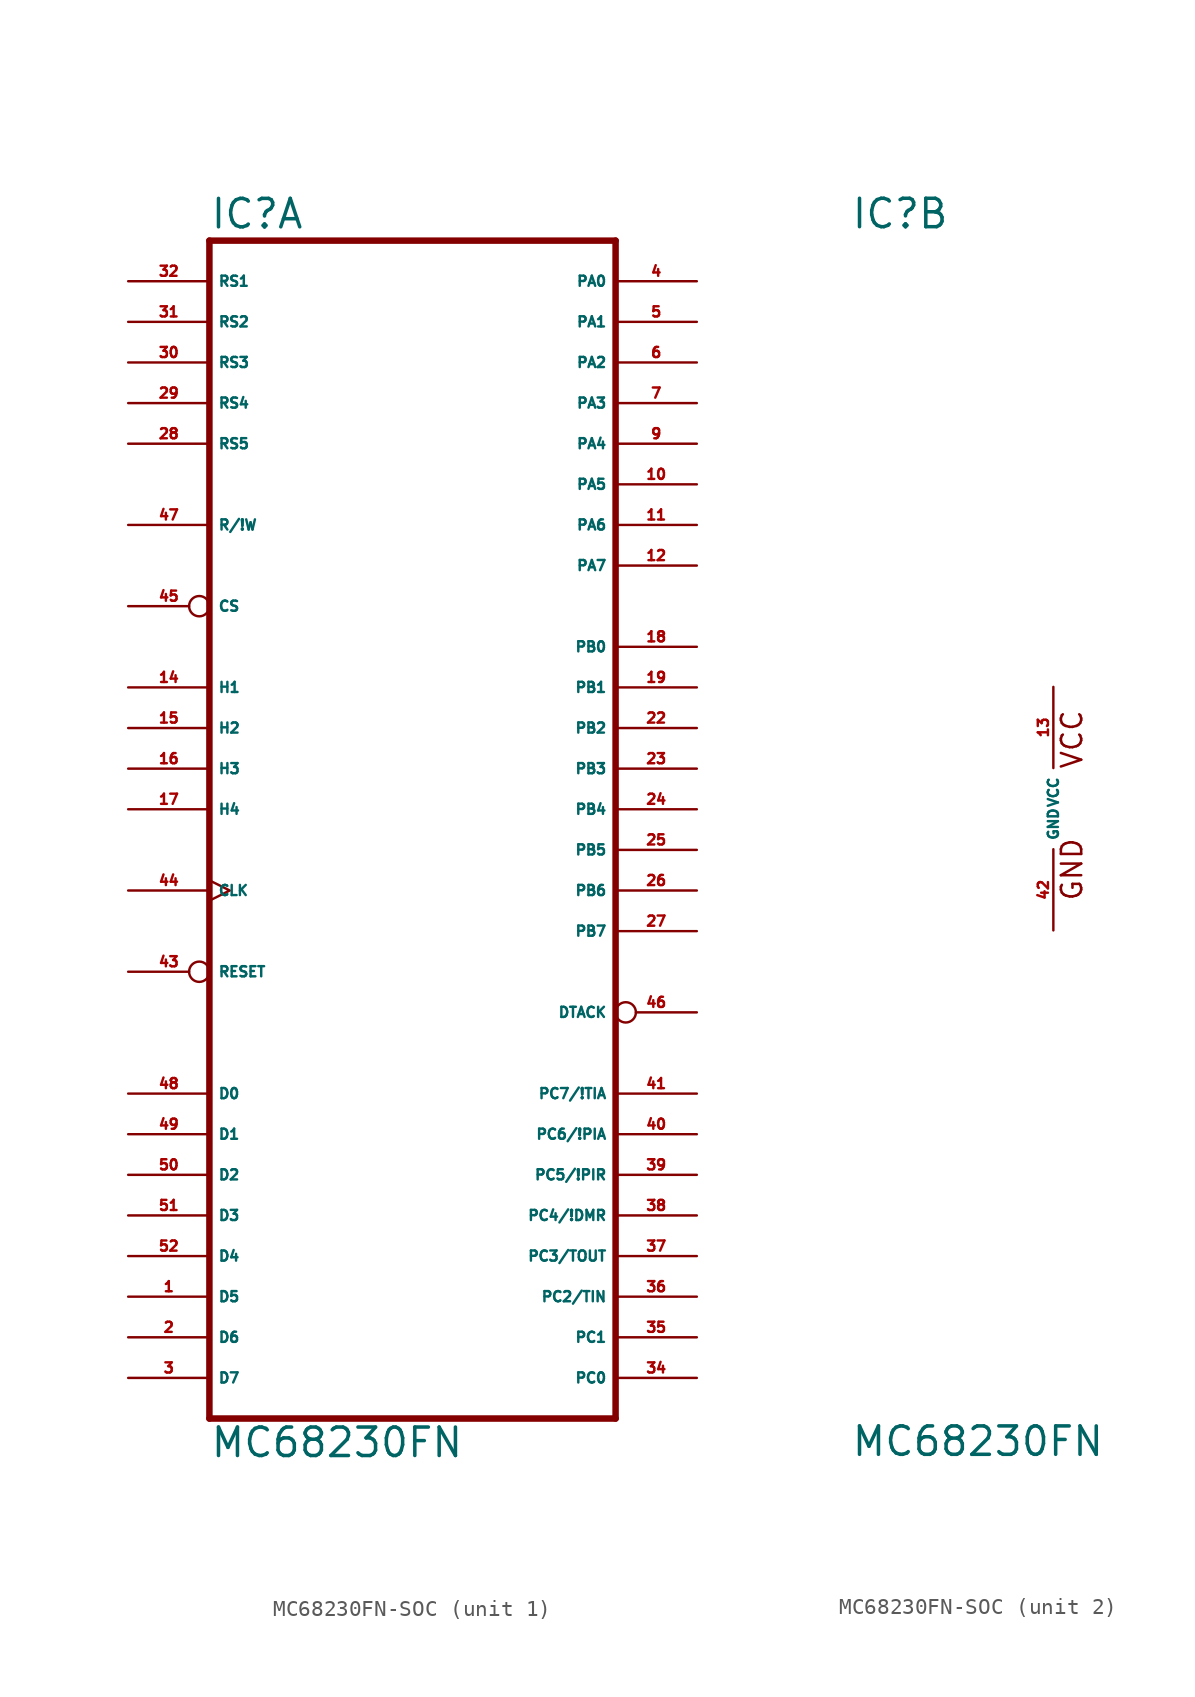
<source format=kicad_sym>
(kicad_symbol_lib
  (version 20220914)
  (generator Eagle2Kicad)
  (symbol "MC68230FN-SOC"
    (property "Reference" "IC"
      (at -12.7 36.195 0)
      (effects (font (size 1.778 1.778) (thickness 0.22)) (justify left bottom)))
    (property "Value" "MC68230FN"
      (at -12.7 -40.64 0)
      (effects (font (size 1.778 1.778) (thickness 0.22)) (justify left bottom)))
    (symbol "MC68230FN-SOC_1_0"
      (polyline (pts (xy -12.7 -38.1) (xy 12.7 -38.1)) (stroke (width 0.406) (type default)) (fill (type none)))
      (polyline (pts (xy 12.7 -38.1) (xy 12.7 35.56)) (stroke (width 0.406) (type default)) (fill (type none)))
      (polyline (pts (xy 12.7 35.56) (xy -12.7 35.56)) (stroke (width 0.406) (type default)) (fill (type none)))
      (polyline (pts (xy -12.7 -38.1) (xy -12.7 35.56)) (stroke (width 0.406) (type default)) (fill (type none)))
      (pin input line (at -17.78 33.02 0) (length 5.08) (name "RS1" (effects (font (size 0.635 0.635) (thickness 0.08)) (justify left bottom))) (number "32" (effects (font (size 0.635 0.635) (thickness 0.08)) (justify left bottom))))
      (pin input line (at -17.78 30.48 0) (length 5.08) (name "RS2" (effects (font (size 0.635 0.635) (thickness 0.08)) (justify left bottom))) (number "31" (effects (font (size 0.635 0.635) (thickness 0.08)) (justify left bottom))))
      (pin input line (at -17.78 27.94 0) (length 5.08) (name "RS3" (effects (font (size 0.635 0.635) (thickness 0.08)) (justify left bottom))) (number "30" (effects (font (size 0.635 0.635) (thickness 0.08)) (justify left bottom))))
      (pin input line (at -17.78 25.4 0) (length 5.08) (name "RS4" (effects (font (size 0.635 0.635) (thickness 0.08)) (justify left bottom))) (number "29" (effects (font (size 0.635 0.635) (thickness 0.08)) (justify left bottom))))
      (pin input line (at -17.78 22.86 0) (length 5.08) (name "RS5" (effects (font (size 0.635 0.635) (thickness 0.08)) (justify left bottom))) (number "28" (effects (font (size 0.635 0.635) (thickness 0.08)) (justify left bottom))))
      (pin input line (at -17.78 17.78 0) (length 5.08) (name "R/!W" (effects (font (size 0.635 0.635) (thickness 0.08)) (justify left bottom))) (number "47" (effects (font (size 0.635 0.635) (thickness 0.08)) (justify left bottom))))
      (pin input inverted (at -17.78 12.7 0) (length 5.08) (name "CS" (effects (font (size 0.635 0.635) (thickness 0.08)) (justify left bottom))) (number "45" (effects (font (size 0.635 0.635) (thickness 0.08)) (justify left bottom))))
      (pin input line (at -17.78 7.62 0) (length 5.08) (name "H1" (effects (font (size 0.635 0.635) (thickness 0.08)) (justify left bottom))) (number "14" (effects (font (size 0.635 0.635) (thickness 0.08)) (justify left bottom))))
      (pin bidirectional line (at -17.78 5.08 0) (length 5.08) (name "H2" (effects (font (size 0.635 0.635) (thickness 0.08)) (justify left bottom))) (number "15" (effects (font (size 0.635 0.635) (thickness 0.08)) (justify left bottom))))
      (pin input line (at -17.78 2.54 0) (length 5.08) (name "H3" (effects (font (size 0.635 0.635) (thickness 0.08)) (justify left bottom))) (number "16" (effects (font (size 0.635 0.635) (thickness 0.08)) (justify left bottom))))
      (pin bidirectional line (at -17.78 0 0) (length 5.08) (name "H4" (effects (font (size 0.635 0.635) (thickness 0.08)) (justify left bottom))) (number "17" (effects (font (size 0.635 0.635) (thickness 0.08)) (justify left bottom))))
      (pin input clock (at -17.78 -5.08 0) (length 5.08) (name "CLK" (effects (font (size 0.635 0.635) (thickness 0.08)) (justify left bottom))) (number "44" (effects (font (size 0.635 0.635) (thickness 0.08)) (justify left bottom))))
      (pin bidirectional line (at -17.78 -17.78 0) (length 5.08) (name "D0" (effects (font (size 0.635 0.635) (thickness 0.08)) (justify left bottom))) (number "48" (effects (font (size 0.635 0.635) (thickness 0.08)) (justify left bottom))))
      (pin bidirectional line (at -17.78 -20.32 0) (length 5.08) (name "D1" (effects (font (size 0.635 0.635) (thickness 0.08)) (justify left bottom))) (number "49" (effects (font (size 0.635 0.635) (thickness 0.08)) (justify left bottom))))
      (pin bidirectional line (at -17.78 -22.86 0) (length 5.08) (name "D2" (effects (font (size 0.635 0.635) (thickness 0.08)) (justify left bottom))) (number "50" (effects (font (size 0.635 0.635) (thickness 0.08)) (justify left bottom))))
      (pin bidirectional line (at -17.78 -25.4 0) (length 5.08) (name "D3" (effects (font (size 0.635 0.635) (thickness 0.08)) (justify left bottom))) (number "51" (effects (font (size 0.635 0.635) (thickness 0.08)) (justify left bottom))))
      (pin bidirectional line (at -17.78 -27.94 0) (length 5.08) (name "D4" (effects (font (size 0.635 0.635) (thickness 0.08)) (justify left bottom))) (number "52" (effects (font (size 0.635 0.635) (thickness 0.08)) (justify left bottom))))
      (pin bidirectional line (at -17.78 -30.48 0) (length 5.08) (name "D5" (effects (font (size 0.635 0.635) (thickness 0.08)) (justify left bottom))) (number "1" (effects (font (size 0.635 0.635) (thickness 0.08)) (justify left bottom))))
      (pin bidirectional line (at -17.78 -33.02 0) (length 5.08) (name "D6" (effects (font (size 0.635 0.635) (thickness 0.08)) (justify left bottom))) (number "2" (effects (font (size 0.635 0.635) (thickness 0.08)) (justify left bottom))))
      (pin bidirectional line (at -17.78 -35.56 0) (length 5.08) (name "D7" (effects (font (size 0.635 0.635) (thickness 0.08)) (justify left bottom))) (number "3" (effects (font (size 0.635 0.635) (thickness 0.08)) (justify left bottom))))
      (pin bidirectional line (at 17.78 33.02 180) (length 5.08) (name "PA0" (effects (font (size 0.635 0.635) (thickness 0.08)) (justify left bottom))) (number "4" (effects (font (size 0.635 0.635) (thickness 0.08)) (justify left bottom))))
      (pin bidirectional line (at 17.78 30.48 180) (length 5.08) (name "PA1" (effects (font (size 0.635 0.635) (thickness 0.08)) (justify left bottom))) (number "5" (effects (font (size 0.635 0.635) (thickness 0.08)) (justify left bottom))))
      (pin bidirectional line (at 17.78 27.94 180) (length 5.08) (name "PA2" (effects (font (size 0.635 0.635) (thickness 0.08)) (justify left bottom))) (number "6" (effects (font (size 0.635 0.635) (thickness 0.08)) (justify left bottom))))
      (pin bidirectional line (at 17.78 25.4 180) (length 5.08) (name "PA3" (effects (font (size 0.635 0.635) (thickness 0.08)) (justify left bottom))) (number "7" (effects (font (size 0.635 0.635) (thickness 0.08)) (justify left bottom))))
      (pin bidirectional line (at 17.78 22.86 180) (length 5.08) (name "PA4" (effects (font (size 0.635 0.635) (thickness 0.08)) (justify left bottom))) (number "9" (effects (font (size 0.635 0.635) (thickness 0.08)) (justify left bottom))))
      (pin bidirectional line (at 17.78 20.32 180) (length 5.08) (name "PA5" (effects (font (size 0.635 0.635) (thickness 0.08)) (justify left bottom))) (number "10" (effects (font (size 0.635 0.635) (thickness 0.08)) (justify left bottom))))
      (pin bidirectional line (at 17.78 17.78 180) (length 5.08) (name "PA6" (effects (font (size 0.635 0.635) (thickness 0.08)) (justify left bottom))) (number "11" (effects (font (size 0.635 0.635) (thickness 0.08)) (justify left bottom))))
      (pin bidirectional line (at 17.78 15.24 180) (length 5.08) (name "PA7" (effects (font (size 0.635 0.635) (thickness 0.08)) (justify left bottom))) (number "12" (effects (font (size 0.635 0.635) (thickness 0.08)) (justify left bottom))))
      (pin bidirectional line (at 17.78 10.16 180) (length 5.08) (name "PB0" (effects (font (size 0.635 0.635) (thickness 0.08)) (justify left bottom))) (number "18" (effects (font (size 0.635 0.635) (thickness 0.08)) (justify left bottom))))
      (pin bidirectional line (at 17.78 7.62 180) (length 5.08) (name "PB1" (effects (font (size 0.635 0.635) (thickness 0.08)) (justify left bottom))) (number "19" (effects (font (size 0.635 0.635) (thickness 0.08)) (justify left bottom))))
      (pin bidirectional line (at 17.78 5.08 180) (length 5.08) (name "PB2" (effects (font (size 0.635 0.635) (thickness 0.08)) (justify left bottom))) (number "22" (effects (font (size 0.635 0.635) (thickness 0.08)) (justify left bottom))))
      (pin bidirectional line (at 17.78 2.54 180) (length 5.08) (name "PB3" (effects (font (size 0.635 0.635) (thickness 0.08)) (justify left bottom))) (number "23" (effects (font (size 0.635 0.635) (thickness 0.08)) (justify left bottom))))
      (pin bidirectional line (at 17.78 0 180) (length 5.08) (name "PB4" (effects (font (size 0.635 0.635) (thickness 0.08)) (justify left bottom))) (number "24" (effects (font (size 0.635 0.635) (thickness 0.08)) (justify left bottom))))
      (pin bidirectional line (at 17.78 -2.54 180) (length 5.08) (name "PB5" (effects (font (size 0.635 0.635) (thickness 0.08)) (justify left bottom))) (number "25" (effects (font (size 0.635 0.635) (thickness 0.08)) (justify left bottom))))
      (pin bidirectional line (at 17.78 -5.08 180) (length 5.08) (name "PB6" (effects (font (size 0.635 0.635) (thickness 0.08)) (justify left bottom))) (number "26" (effects (font (size 0.635 0.635) (thickness 0.08)) (justify left bottom))))
      (pin bidirectional line (at 17.78 -7.62 180) (length 5.08) (name "PB7" (effects (font (size 0.635 0.635) (thickness 0.08)) (justify left bottom))) (number "27" (effects (font (size 0.635 0.635) (thickness 0.08)) (justify left bottom))))
      (pin bidirectional line (at 17.78 -17.78 180) (length 5.08) (name "PC7/!TIA" (effects (font (size 0.635 0.635) (thickness 0.08)) (justify left bottom))) (number "41" (effects (font (size 0.635 0.635) (thickness 0.08)) (justify left bottom))))
      (pin bidirectional line (at 17.78 -20.32 180) (length 5.08) (name "PC6/!PIA" (effects (font (size 0.635 0.635) (thickness 0.08)) (justify left bottom))) (number "40" (effects (font (size 0.635 0.635) (thickness 0.08)) (justify left bottom))))
      (pin bidirectional line (at 17.78 -22.86 180) (length 5.08) (name "PC5/!PIR" (effects (font (size 0.635 0.635) (thickness 0.08)) (justify left bottom))) (number "39" (effects (font (size 0.635 0.635) (thickness 0.08)) (justify left bottom))))
      (pin bidirectional line (at 17.78 -25.4 180) (length 5.08) (name "PC4/!DMR" (effects (font (size 0.635 0.635) (thickness 0.08)) (justify left bottom))) (number "38" (effects (font (size 0.635 0.635) (thickness 0.08)) (justify left bottom))))
      (pin bidirectional line (at 17.78 -27.94 180) (length 5.08) (name "PC3/TOUT" (effects (font (size 0.635 0.635) (thickness 0.08)) (justify left bottom))) (number "37" (effects (font (size 0.635 0.635) (thickness 0.08)) (justify left bottom))))
      (pin bidirectional line (at 17.78 -33.02 180) (length 5.08) (name "PC1" (effects (font (size 0.635 0.635) (thickness 0.08)) (justify left bottom))) (number "35" (effects (font (size 0.635 0.635) (thickness 0.08)) (justify left bottom))))
      (pin bidirectional line (at 17.78 -30.48 180) (length 5.08) (name "PC2/TIN" (effects (font (size 0.635 0.635) (thickness 0.08)) (justify left bottom))) (number "36" (effects (font (size 0.635 0.635) (thickness 0.08)) (justify left bottom))))
      (pin bidirectional line (at 17.78 -35.56 180) (length 5.08) (name "PC0" (effects (font (size 0.635 0.635) (thickness 0.08)) (justify left bottom))) (number "34" (effects (font (size 0.635 0.635) (thickness 0.08)) (justify left bottom))))
      (pin input inverted (at -17.78 -10.16 0) (length 5.08) (name "RESET" (effects (font (size 0.635 0.635) (thickness 0.08)) (justify left bottom))) (number "43" (effects (font (size 0.635 0.635) (thickness 0.08)) (justify left bottom))))
      (pin output inverted (at 17.78 -12.7 180) (length 5.08) (name "DTACK" (effects (font (size 0.635 0.635) (thickness 0.08)) (justify left bottom))) (number "46" (effects (font (size 0.635 0.635) (thickness 0.08)) (justify left bottom)))))
    (symbol "MC68230FN-SOC_2_0"
      (text "GND" (at 1.905 -5.842 900) (effects (font (size 1.27 1.27) (thickness 0.16)) (justify left bottom)))
      (text "VCC" (at 1.905 2.413 900) (effects (font (size 1.27 1.27) (thickness 0.16)) (justify left bottom)))
      (pin unspecified line (at 0 -7.62 90) (length 5.08) (name "GND" (effects (font (size 0.635 0.635) (thickness 0.08)) (justify left bottom))) (number "42" (effects (font (size 0.635 0.635) (thickness 0.08)) (justify left bottom))))
      (pin unspecified line (at 0 7.62 270) (length 5.08) (name "VCC" (effects (font (size 0.635 0.635) (thickness 0.08)) (justify left bottom))) (number "13" (effects (font (size 0.635 0.635) (thickness 0.08)) (justify left bottom)))))))
</source>
